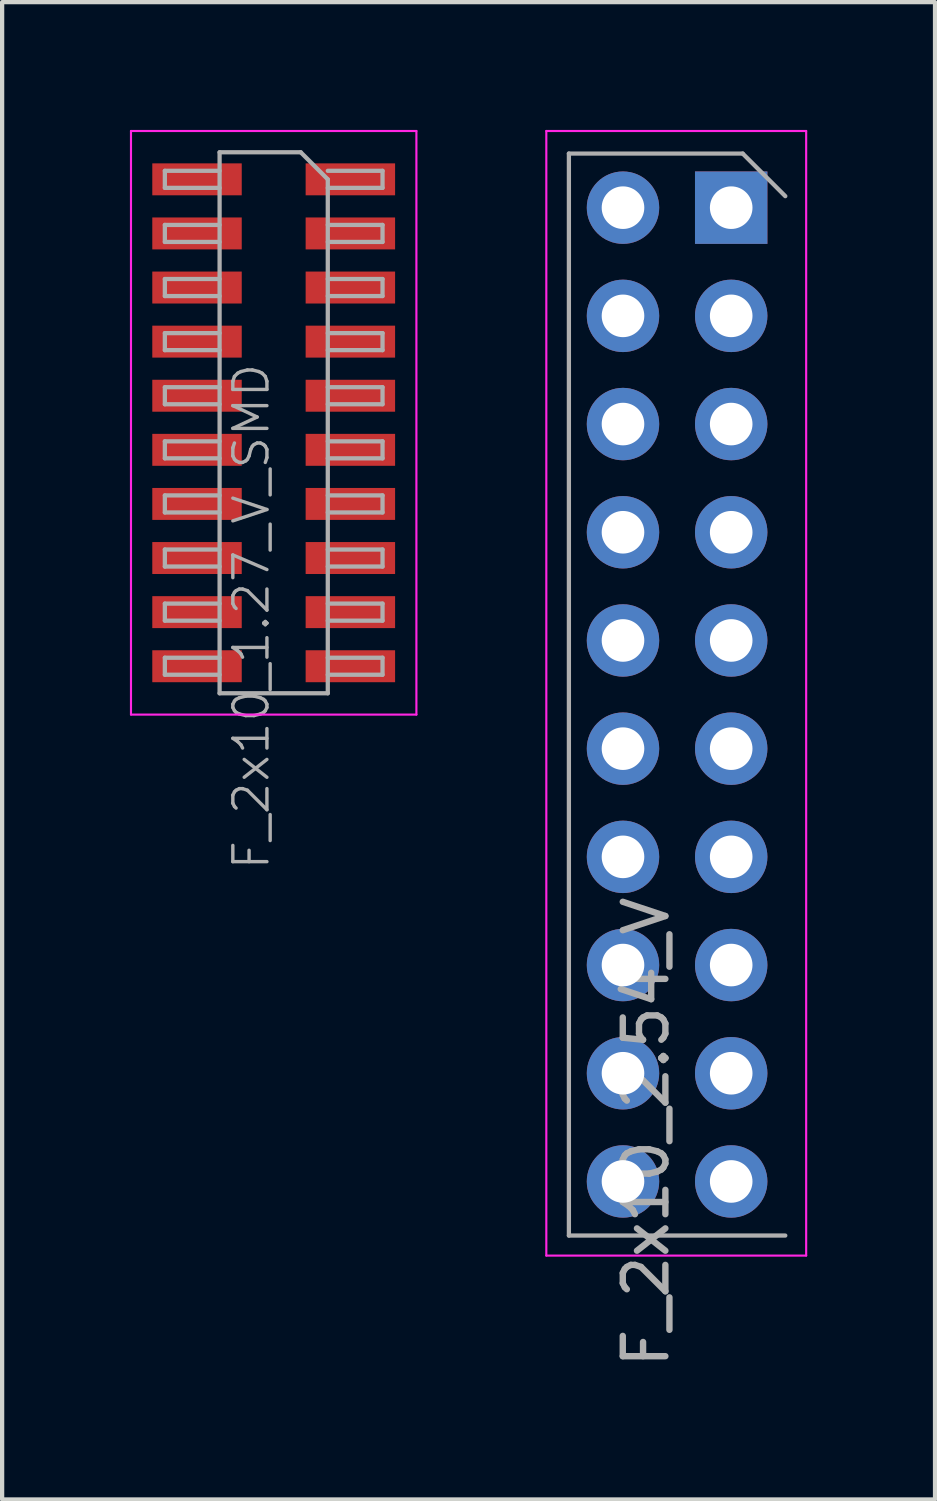
<source format=kicad_pcb>
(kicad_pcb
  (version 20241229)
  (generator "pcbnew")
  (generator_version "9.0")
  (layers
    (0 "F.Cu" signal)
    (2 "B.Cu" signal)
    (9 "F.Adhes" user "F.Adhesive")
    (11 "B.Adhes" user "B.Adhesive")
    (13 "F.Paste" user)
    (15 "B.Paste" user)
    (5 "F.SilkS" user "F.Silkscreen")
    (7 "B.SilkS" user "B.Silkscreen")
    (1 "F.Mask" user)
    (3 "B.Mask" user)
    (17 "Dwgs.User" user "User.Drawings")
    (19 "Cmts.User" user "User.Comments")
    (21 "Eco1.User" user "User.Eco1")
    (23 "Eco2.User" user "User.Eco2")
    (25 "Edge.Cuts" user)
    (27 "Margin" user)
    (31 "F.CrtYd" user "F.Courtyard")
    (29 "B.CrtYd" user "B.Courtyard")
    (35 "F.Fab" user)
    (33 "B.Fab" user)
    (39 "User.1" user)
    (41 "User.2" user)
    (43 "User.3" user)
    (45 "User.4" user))
  (footprint "F_2x10_1.27_V_SMD"
    (layer "F.Cu")
    (at 3.375 6.875)
    (property "Reference" "F_2x10_1.27_V_SMD" (at -0.525 4.55 90) (unlocked yes) (layer "F.Fab") (effects (font (size 0.8 0.8) (thickness 0.08))))
    (attr smd)
    (fp_line (start -3.35 -6.85) (end 3.35 -6.85) (stroke (width 0.05) (type solid)) (layer "F.CrtYd"))
    (fp_line (start -3.35 6.85) (end -3.35 -6.85) (stroke (width 0.05) (type solid)) (layer "F.CrtYd"))
    (fp_line (start 3.35 -6.85) (end 3.35 6.85) (stroke (width 0.05) (type solid)) (layer "F.CrtYd"))
    (fp_line (start 3.35 6.85) (end -3.35 6.85) (stroke (width 0.05) (type solid)) (layer "F.CrtYd"))
    (fp_line (start -2.555 -5.915) (end -1.27 -5.915) (stroke (width 0.1) (type solid)) (layer "F.Fab"))
    (fp_line (start -2.555 -5.515) (end -2.555 -5.915) (stroke (width 0.1) (type solid)) (layer "F.Fab"))
    (fp_line (start -2.555 -4.645) (end -1.27 -4.645) (stroke (width 0.1) (type solid)) (layer "F.Fab"))
    (fp_line (start -2.555 -4.245) (end -2.555 -4.645) (stroke (width 0.1) (type solid)) (layer "F.Fab"))
    (fp_line (start -2.555 -3.375) (end -1.27 -3.375) (stroke (width 0.1) (type solid)) (layer "F.Fab"))
    (fp_line (start -2.555 -2.975) (end -2.555 -3.375) (stroke (width 0.1) (type solid)) (layer "F.Fab"))
    (fp_line (start -2.555 -2.105) (end -1.27 -2.105) (stroke (width 0.1) (type solid)) (layer "F.Fab"))
    (fp_line (start -2.555 -1.705) (end -2.555 -2.105) (stroke (width 0.1) (type solid)) (layer "F.Fab"))
    (fp_line (start -2.555 -0.835) (end -1.27 -0.835) (stroke (width 0.1) (type solid)) (layer "F.Fab"))
    (fp_line (start -2.555 -0.435) (end -2.555 -0.835) (stroke (width 0.1) (type solid)) (layer "F.Fab"))
    (fp_line (start -2.555 0.435) (end -1.27 0.435) (stroke (width 0.1) (type solid)) (layer "F.Fab"))
    (fp_line (start -2.555 0.835) (end -2.555 0.435) (stroke (width 0.1) (type solid)) (layer "F.Fab"))
    (fp_line (start -2.555 1.705) (end -1.27 1.705) (stroke (width 0.1) (type solid)) (layer "F.Fab"))
    (fp_line (start -2.555 2.105) (end -2.555 1.705) (stroke (width 0.1) (type solid)) (layer "F.Fab"))
    (fp_line (start -2.555 2.975) (end -1.27 2.975) (stroke (width 0.1) (type solid)) (layer "F.Fab"))
    (fp_line (start -2.555 3.375) (end -2.555 2.975) (stroke (width 0.1) (type solid)) (layer "F.Fab"))
    (fp_line (start -2.555 4.245) (end -1.27 4.245) (stroke (width 0.1) (type solid)) (layer "F.Fab"))
    (fp_line (start -2.555 4.645) (end -2.555 4.245) (stroke (width 0.1) (type solid)) (layer "F.Fab"))
    (fp_line (start -2.555 5.515) (end -1.27 5.515) (stroke (width 0.1) (type solid)) (layer "F.Fab"))
    (fp_line (start -2.555 5.915) (end -2.555 5.515) (stroke (width 0.1) (type solid)) (layer "F.Fab"))
    (fp_line (start -1.27 -6.35) (end 0.635 -6.35) (stroke (width 0.1) (type solid)) (layer "F.Fab"))
    (fp_line (start -1.27 -5.515) (end -2.555 -5.515) (stroke (width 0.1) (type solid)) (layer "F.Fab"))
    (fp_line (start -1.27 -4.245) (end -2.555 -4.245) (stroke (width 0.1) (type solid)) (layer "F.Fab"))
    (fp_line (start -1.27 -2.975) (end -2.555 -2.975) (stroke (width 0.1) (type solid)) (layer "F.Fab"))
    (fp_line (start -1.27 -1.705) (end -2.555 -1.705) (stroke (width 0.1) (type solid)) (layer "F.Fab"))
    (fp_line (start -1.27 -0.435) (end -2.555 -0.435) (stroke (width 0.1) (type solid)) (layer "F.Fab"))
    (fp_line (start -1.27 0.835) (end -2.555 0.835) (stroke (width 0.1) (type solid)) (layer "F.Fab"))
    (fp_line (start -1.27 2.105) (end -2.555 2.105) (stroke (width 0.1) (type solid)) (layer "F.Fab"))
    (fp_line (start -1.27 3.375) (end -2.555 3.375) (stroke (width 0.1) (type solid)) (layer "F.Fab"))
    (fp_line (start -1.27 4.645) (end -2.555 4.645) (stroke (width 0.1) (type solid)) (layer "F.Fab"))
    (fp_line (start -1.27 5.915) (end -2.555 5.915) (stroke (width 0.1) (type solid)) (layer "F.Fab"))
    (fp_line (start -1.27 6.35) (end -1.27 -6.35) (stroke (width 0.1) (type solid)) (layer "F.Fab"))
    (fp_line (start 0.635 -6.35) (end 1.27 -5.715) (stroke (width 0.1) (type solid)) (layer "F.Fab"))
    (fp_line (start 1.27 -5.915) (end 2.555 -5.915) (stroke (width 0.1) (type solid)) (layer "F.Fab"))
    (fp_line (start 1.27 -5.715) (end 1.27 6.35) (stroke (width 0.1) (type solid)) (layer "F.Fab"))
    (fp_line (start 1.27 -4.645) (end 2.555 -4.645) (stroke (width 0.1) (type solid)) (layer "F.Fab"))
    (fp_line (start 1.27 -3.375) (end 2.555 -3.375) (stroke (width 0.1) (type solid)) (layer "F.Fab"))
    (fp_line (start 1.27 -2.105) (end 2.555 -2.105) (stroke (width 0.1) (type solid)) (layer "F.Fab"))
    (fp_line (start 1.27 -0.835) (end 2.555 -0.835) (stroke (width 0.1) (type solid)) (layer "F.Fab"))
    (fp_line (start 1.27 0.435) (end 2.555 0.435) (stroke (width 0.1) (type solid)) (layer "F.Fab"))
    (fp_line (start 1.27 1.705) (end 2.555 1.705) (stroke (width 0.1) (type solid)) (layer "F.Fab"))
    (fp_line (start 1.27 2.975) (end 2.555 2.975) (stroke (width 0.1) (type solid)) (layer "F.Fab"))
    (fp_line (start 1.27 4.245) (end 2.555 4.245) (stroke (width 0.1) (type solid)) (layer "F.Fab"))
    (fp_line (start 1.27 5.515) (end 2.555 5.515) (stroke (width 0.1) (type solid)) (layer "F.Fab"))
    (fp_line (start 1.27 6.35) (end -1.27 6.35) (stroke (width 0.1) (type solid)) (layer "F.Fab"))
    (fp_line (start 2.555 -5.915) (end 2.555 -5.515) (stroke (width 0.1) (type solid)) (layer "F.Fab"))
    (fp_line (start 2.555 -5.515) (end 1.27 -5.515) (stroke (width 0.1) (type solid)) (layer "F.Fab"))
    (fp_line (start 2.555 -4.645) (end 2.555 -4.245) (stroke (width 0.1) (type solid)) (layer "F.Fab"))
    (fp_line (start 2.555 -4.245) (end 1.27 -4.245) (stroke (width 0.1) (type solid)) (layer "F.Fab"))
    (fp_line (start 2.555 -3.375) (end 2.555 -2.975) (stroke (width 0.1) (type solid)) (layer "F.Fab"))
    (fp_line (start 2.555 -2.975) (end 1.27 -2.975) (stroke (width 0.1) (type solid)) (layer "F.Fab"))
    (fp_line (start 2.555 -2.105) (end 2.555 -1.705) (stroke (width 0.1) (type solid)) (layer "F.Fab"))
    (fp_line (start 2.555 -1.705) (end 1.27 -1.705) (stroke (width 0.1) (type solid)) (layer "F.Fab"))
    (fp_line (start 2.555 -0.835) (end 2.555 -0.435) (stroke (width 0.1) (type solid)) (layer "F.Fab"))
    (fp_line (start 2.555 -0.435) (end 1.27 -0.435) (stroke (width 0.1) (type solid)) (layer "F.Fab"))
    (fp_line (start 2.555 0.435) (end 2.555 0.835) (stroke (width 0.1) (type solid)) (layer "F.Fab"))
    (fp_line (start 2.555 0.835) (end 1.27 0.835) (stroke (width 0.1) (type solid)) (layer "F.Fab"))
    (fp_line (start 2.555 1.705) (end 2.555 2.105) (stroke (width 0.1) (type solid)) (layer "F.Fab"))
    (fp_line (start 2.555 2.105) (end 1.27 2.105) (stroke (width 0.1) (type solid)) (layer "F.Fab"))
    (fp_line (start 2.555 2.975) (end 2.555 3.375) (stroke (width 0.1) (type solid)) (layer "F.Fab"))
    (fp_line (start 2.555 3.375) (end 1.27 3.375) (stroke (width 0.1) (type solid)) (layer "F.Fab"))
    (fp_line (start 2.555 4.245) (end 2.555 4.645) (stroke (width 0.1) (type solid)) (layer "F.Fab"))
    (fp_line (start 2.555 4.645) (end 1.27 4.645) (stroke (width 0.1) (type solid)) (layer "F.Fab"))
    (fp_line (start 2.555 5.515) (end 2.555 5.915) (stroke (width 0.1) (type solid)) (layer "F.Fab"))
    (fp_line (start 2.555 5.915) (end 1.27 5.915) (stroke (width 0.1) (type solid)) (layer "F.Fab"))
    (pad "1" smd rect (at 1.8 -5.715) (size 2.1 0.75) (layers "F.Cu" "F.Mask" "F.Paste"))
    (pad "2" smd rect (at -1.8 -5.715) (size 2.1 0.75) (layers "F.Cu" "F.Mask" "F.Paste"))
    (pad "3" smd rect (at 1.8 -4.445) (size 2.1 0.75) (layers "F.Cu" "F.Mask" "F.Paste"))
    (pad "4" smd rect (at -1.8 -4.445) (size 2.1 0.75) (layers "F.Cu" "F.Mask" "F.Paste"))
    (pad "5" smd rect (at 1.8 -3.175) (size 2.1 0.75) (layers "F.Cu" "F.Mask" "F.Paste"))
    (pad "6" smd rect (at -1.8 -3.175) (size 2.1 0.75) (layers "F.Cu" "F.Mask" "F.Paste"))
    (pad "7" smd rect (at 1.8 -1.905) (size 2.1 0.75) (layers "F.Cu" "F.Mask" "F.Paste"))
    (pad "8" smd rect (at -1.8 -1.905) (size 2.1 0.75) (layers "F.Cu" "F.Mask" "F.Paste"))
    (pad "9" smd rect (at 1.8 -0.635) (size 2.1 0.75) (layers "F.Cu" "F.Mask" "F.Paste"))
    (pad "10" smd rect (at -1.8 -0.635) (size 2.1 0.75) (layers "F.Cu" "F.Mask" "F.Paste"))
    (pad "11" smd rect (at 1.8 0.635) (size 2.1 0.75) (layers "F.Cu" "F.Mask" "F.Paste"))
    (pad "12" smd rect (at -1.8 0.635) (size 2.1 0.75) (layers "F.Cu" "F.Mask" "F.Paste"))
    (pad "13" smd rect (at 1.8 1.905) (size 2.1 0.75) (layers "F.Cu" "F.Mask" "F.Paste"))
    (pad "14" smd rect (at -1.8 1.905) (size 2.1 0.75) (layers "F.Cu" "F.Mask" "F.Paste"))
    (pad "15" smd rect (at 1.8 3.175) (size 2.1 0.75) (layers "F.Cu" "F.Mask" "F.Paste"))
    (pad "16" smd rect (at -1.8 3.175) (size 2.1 0.75) (layers "F.Cu" "F.Mask" "F.Paste"))
    (pad "17" smd rect (at 1.8 4.445) (size 2.1 0.75) (layers "F.Cu" "F.Mask" "F.Paste"))
    (pad "18" smd rect (at -1.8 4.445) (size 2.1 0.75) (layers "F.Cu" "F.Mask" "F.Paste"))
    (pad "19" smd rect (at 1.8 5.715) (size 2.1 0.75) (layers "F.Cu" "F.Mask" "F.Paste"))
    (pad "20" smd rect (at -1.8 5.715) (size 2.1 0.75) (layers "F.Cu" "F.Mask" "F.Paste")))
  (footprint "F_2x10_2.54_V"
    (layer "F.Cu")
    (at 14.115 1.825)
    (property "Reference" "F_2x10_2.54_V" (at -2 21.7 90) (layer "F.Fab") (effects (font (size 1 1) (thickness 0.15))))
    (attr through_hole)
    (fp_line (start -4.34 -1.8) (end 1.76 -1.8) (stroke (width 0.05) (type solid)) (layer "F.CrtYd"))
    (fp_line (start -4.34 24.6) (end -4.34 -1.8) (stroke (width 0.05) (type solid)) (layer "F.CrtYd"))
    (fp_line (start 1.76 -1.8) (end 1.76 24.6) (stroke (width 0.05) (type solid)) (layer "F.CrtYd"))
    (fp_line (start 1.76 24.6) (end -4.34 24.6) (stroke (width 0.05) (type solid)) (layer "F.CrtYd"))
    (fp_line (start -3.81 -1.27) (end 0.27 -1.27) (stroke (width 0.1) (type solid)) (layer "F.Fab"))
    (fp_line (start -3.81 24.13) (end -3.81 -1.27) (stroke (width 0.1) (type solid)) (layer "F.Fab"))
    (fp_line (start 0.27 -1.27) (end 1.27 -0.27) (stroke (width 0.1) (type solid)) (layer "F.Fab"))
    (fp_line (start 1.27 24.13) (end -3.81 24.13) (stroke (width 0.1) (type solid)) (layer "F.Fab"))
    (pad "1" thru_hole rect (at 0 0) (size 1.7 1.7) (drill 1) (layers "*.Cu" "*.Mask"))
    (pad "2" thru_hole oval (at -2.54 0) (size 1.7 1.7) (drill 1) (layers "*.Cu" "*.Mask"))
    (pad "3" thru_hole oval (at 0 2.54) (size 1.7 1.7) (drill 1) (layers "*.Cu" "*.Mask"))
    (pad "4" thru_hole oval (at -2.54 2.54) (size 1.7 1.7) (drill 1) (layers "*.Cu" "*.Mask"))
    (pad "5" thru_hole oval (at 0 5.08) (size 1.7 1.7) (drill 1) (layers "*.Cu" "*.Mask"))
    (pad "6" thru_hole oval (at -2.54 5.08) (size 1.7 1.7) (drill 1) (layers "*.Cu" "*.Mask"))
    (pad "7" thru_hole oval (at 0 7.62) (size 1.7 1.7) (drill 1) (layers "*.Cu" "*.Mask"))
    (pad "8" thru_hole oval (at -2.54 7.62) (size 1.7 1.7) (drill 1) (layers "*.Cu" "*.Mask"))
    (pad "9" thru_hole oval (at 0 10.16) (size 1.7 1.7) (drill 1) (layers "*.Cu" "*.Mask"))
    (pad "10" thru_hole oval (at -2.54 10.16) (size 1.7 1.7) (drill 1) (layers "*.Cu" "*.Mask"))
    (pad "11" thru_hole oval (at 0 12.7) (size 1.7 1.7) (drill 1) (layers "*.Cu" "*.Mask"))
    (pad "12" thru_hole oval (at -2.54 12.7) (size 1.7 1.7) (drill 1) (layers "*.Cu" "*.Mask"))
    (pad "13" thru_hole oval (at 0 15.24) (size 1.7 1.7) (drill 1) (layers "*.Cu" "*.Mask"))
    (pad "14" thru_hole oval (at -2.54 15.24) (size 1.7 1.7) (drill 1) (layers "*.Cu" "*.Mask"))
    (pad "15" thru_hole oval (at 0 17.78) (size 1.7 1.7) (drill 1) (layers "*.Cu" "*.Mask"))
    (pad "16" thru_hole oval (at -2.54 17.78) (size 1.7 1.7) (drill 1) (layers "*.Cu" "*.Mask"))
    (pad "17" thru_hole oval (at 0 20.32) (size 1.7 1.7) (drill 1) (layers "*.Cu" "*.Mask"))
    (pad "18" thru_hole oval (at -2.54 20.32) (size 1.7 1.7) (drill 1) (layers "*.Cu" "*.Mask"))
    (pad "19" thru_hole oval (at 0 22.86) (size 1.7 1.7) (drill 1) (layers "*.Cu" "*.Mask"))
    (pad "20" thru_hole oval (at -2.54 22.86) (size 1.7 1.7) (drill 1) (layers "*.Cu" "*.Mask")))
  (gr_rect
    (start -3 -3)
    (end 18.9 32.15)
    (stroke (width 0.1) (type default))
    (fill no)
    (layer "Edge.Cuts")))
</source>
